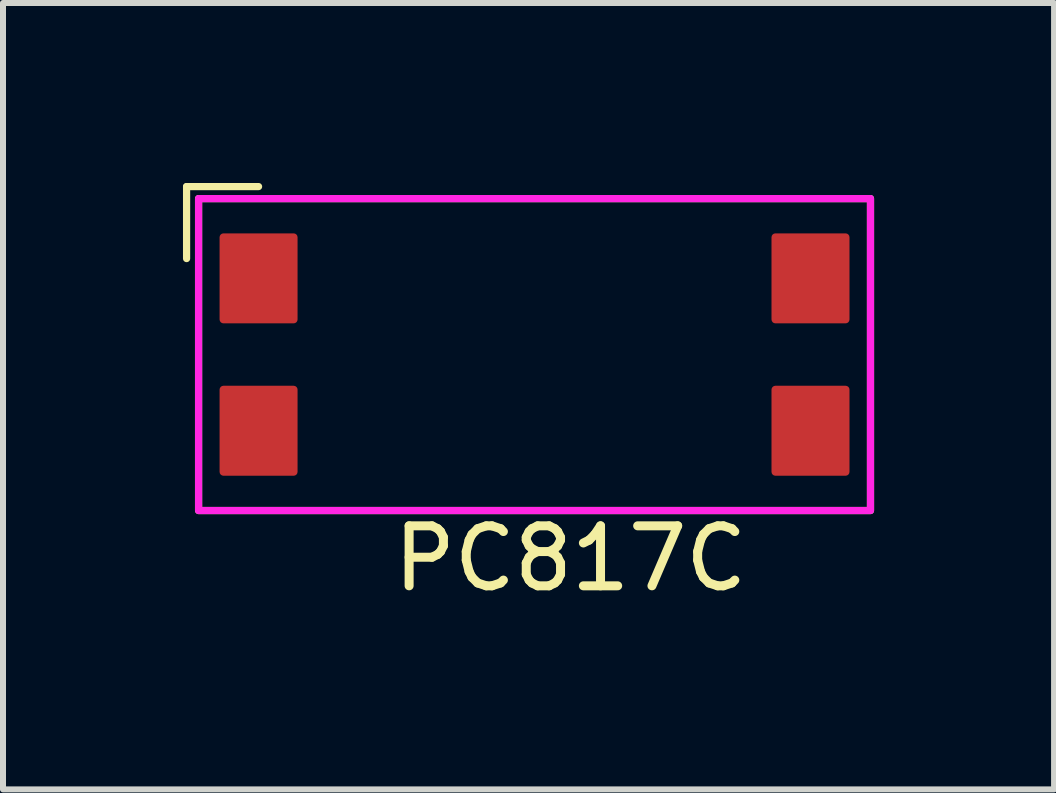
<source format=kicad_pcb>
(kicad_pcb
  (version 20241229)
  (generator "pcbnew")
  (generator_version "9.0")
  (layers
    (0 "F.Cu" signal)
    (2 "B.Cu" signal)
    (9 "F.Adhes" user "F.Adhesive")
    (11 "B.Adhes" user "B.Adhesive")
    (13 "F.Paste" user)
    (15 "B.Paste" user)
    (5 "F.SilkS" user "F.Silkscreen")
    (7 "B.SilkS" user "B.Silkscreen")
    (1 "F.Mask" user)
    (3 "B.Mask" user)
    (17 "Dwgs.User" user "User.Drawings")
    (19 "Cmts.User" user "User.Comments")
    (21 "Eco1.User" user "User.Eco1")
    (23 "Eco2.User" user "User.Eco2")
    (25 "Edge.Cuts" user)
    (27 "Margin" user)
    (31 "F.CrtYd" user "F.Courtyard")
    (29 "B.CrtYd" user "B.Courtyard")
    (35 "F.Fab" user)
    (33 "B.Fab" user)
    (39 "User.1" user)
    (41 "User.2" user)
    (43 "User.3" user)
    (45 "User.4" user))
  (footprint "PC817C"
    (layer "F.Cu")
    (at 5.86 2.86)
    (property "Reference" "PC817C" (at 0.6 3.4 0) (unlocked yes) (layer "F.SilkS") (effects (font (size 1 1) (thickness 0.15))))
    (attr smd)
    (fp_line (start -5.8 -2.8) (end -5.8 -1.6) (stroke (width 0.12) (type solid)) (layer "F.SilkS"))
    (fp_line (start -4.6 -2.8) (end -5.8 -2.8) (stroke (width 0.12) (type solid)) (layer "F.SilkS"))
    (fp_rect (start -5.6 -2.6) (end 5.6 2.6) (stroke (width 0.12) (type solid)) (fill no) (layer "F.SilkS"))
    (fp_rect (start -5.6 -2.6) (end 5.6 2.6) (stroke (width 0.12) (type solid)) (fill no) (layer "F.CrtYd"))
    (fp_rect (start -5.6 -2.6) (end 5.6 2.6) (stroke (width 0.1) (type solid)) (fill no) (layer "F.Fab"))
    (pad "1" smd roundrect (at -4.6 -1.27) (size 1.3 1.5) (layers "F.Cu" "F.Mask" "F.Paste") (roundrect_rratio 0.05))
    (pad "2" smd roundrect (at -4.6 1.27) (size 1.3 1.5) (layers "F.Cu" "F.Mask" "F.Paste") (roundrect_rratio 0.05))
    (pad "3" smd roundrect (at 4.6 1.27) (size 1.3 1.5) (layers "F.Cu" "F.Mask" "F.Paste") (roundrect_rratio 0.05))
    (pad "4" smd roundrect (at 4.6 -1.27) (size 1.3 1.5) (layers "F.Cu" "F.Mask" "F.Paste") (roundrect_rratio 0.05)))
  (gr_rect
    (start -3 -3)
    (end 14.52 10.108)
    (stroke (width 0.1) (type default))
    (fill no)
    (layer "Edge.Cuts")))
</source>
